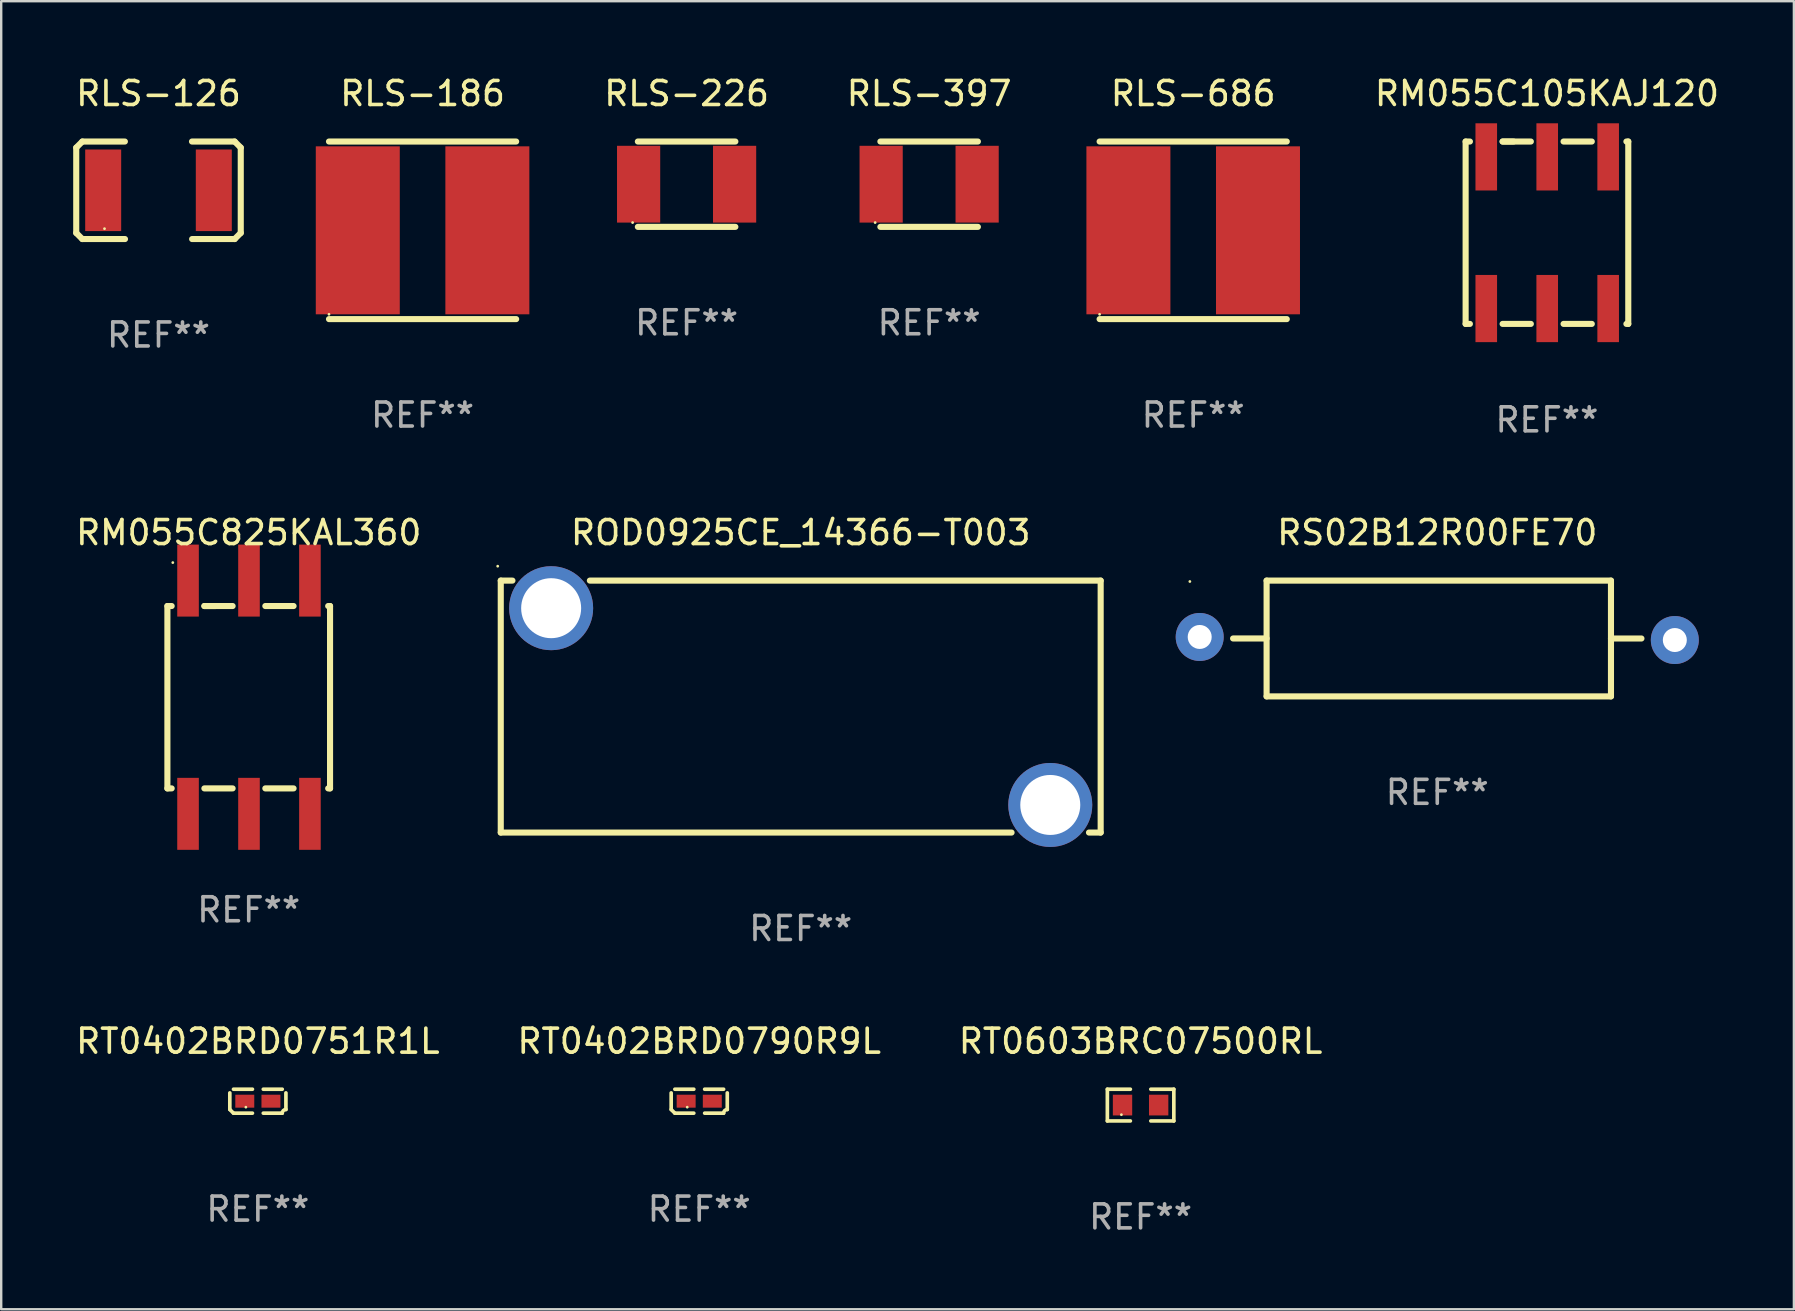
<source format=kicad_pcb>
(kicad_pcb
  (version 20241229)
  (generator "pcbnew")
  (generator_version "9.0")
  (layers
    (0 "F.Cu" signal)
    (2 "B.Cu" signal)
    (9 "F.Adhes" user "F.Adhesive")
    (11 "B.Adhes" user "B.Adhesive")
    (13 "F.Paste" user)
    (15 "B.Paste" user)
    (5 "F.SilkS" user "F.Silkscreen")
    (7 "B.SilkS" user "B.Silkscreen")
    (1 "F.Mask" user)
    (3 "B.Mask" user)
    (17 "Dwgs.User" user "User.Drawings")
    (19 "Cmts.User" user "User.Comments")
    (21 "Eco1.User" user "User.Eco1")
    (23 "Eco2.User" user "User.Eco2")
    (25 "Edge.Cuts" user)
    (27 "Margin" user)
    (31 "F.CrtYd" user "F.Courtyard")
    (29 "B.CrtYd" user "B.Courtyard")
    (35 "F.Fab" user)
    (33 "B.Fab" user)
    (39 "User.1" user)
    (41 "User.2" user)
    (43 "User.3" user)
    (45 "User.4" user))
  (footprint "RLS-686"
    (layer "F.Cu")
    (at 46.674 6.548)
    (property "Reference" "RLS-686" (at 0 -5.7 0) (layer "F.SilkS") (effects (font (size 1 1) (thickness 0.15))))
    (attr through_hole)
    (fp_line (start -3.9 -3.7) (end 3.9 -3.7) (stroke (width 0.254) (type solid)) (layer "F.SilkS"))
    (fp_line (start -3.9 3.7) (end 3.9 3.7) (stroke (width 0.254) (type solid)) (layer "F.SilkS"))
    (fp_circle (center -3.9 3.5) (end -3.87 3.5) (stroke (width 0.06) (type solid)) (fill no) (layer "F.SilkS"))
    (fp_text user "REF**" (at 0 7.7 0) (layer "F.Fab") (effects (font (size 1 1) (thickness 0.15))))
    (pad "1" smd rect (at -2.7 0) (size 3.5 7) (layers "F.Cu" "F.Mask" "F.Paste"))
    (pad "2" smd rect (at 2.7 0) (size 3.5 7) (layers "F.Cu" "F.Mask" "F.Paste")))
  (footprint "RT0402BRD0790R9L"
    (layer "F.Cu")
    (at 26.089 42.84)
    (property "Reference" "RT0402BRD0790R9L" (at 0 -2.499 0) (layer "F.SilkS") (effects (font (size 1 1) (thickness 0.15))))
    (attr through_hole)
    (fp_line (start -1.169 0.346) (end -1.169 -0.346) (stroke (width 0.152) (type solid)) (layer "F.SilkS"))
    (fp_line (start -1.016 -0.499) (end -0.226 -0.499) (stroke (width 0.152) (type solid)) (layer "F.SilkS"))
    (fp_line (start -0.226 0.499) (end -1.016 0.499) (stroke (width 0.152) (type solid)) (layer "F.SilkS"))
    (fp_line (start 0.226 0.499) (end 1.016 0.499) (stroke (width 0.152) (type solid)) (layer "F.SilkS"))
    (fp_line (start 1.016 -0.499) (end 0.226 -0.499) (stroke (width 0.152) (type solid)) (layer "F.SilkS"))
    (fp_line (start 1.169 0.346) (end 1.169 -0.346) (stroke (width 0.152) (type solid)) (layer "F.SilkS"))
    (fp_arc (start -1.016307 0.498603) (mid -1.092512 0.422405) (end -1.16871 0.3462) (stroke (width 0.1524) (type solid)) (layer "F.SilkS"))
    (fp_arc (start 1.016307 0.498603) (mid 1.060899 0.390758) (end 1.168707 0.346076) (stroke (width 0.1524) (type solid)) (layer "F.SilkS"))
    (fp_circle (center -0.5 0.25) (end -0.47 0.25) (stroke (width 0.06) (type solid)) (fill no) (layer "F.SilkS"))
    (fp_text user "REF**" (at 0 4.499 0) (layer "F.Fab") (effects (font (size 1 1) (thickness 0.15))))
    (pad "1" smd rect (at -0.545 0) (size 0.79 0.54) (layers "F.Cu" "F.Mask" "F.Paste"))
    (pad "2" smd rect (at 0.545 0) (size 0.79 0.54) (layers "F.Cu" "F.Mask" "F.Paste")))
  (footprint "RT0603BRC07500RL"
    (layer "F.Cu")
    (at 44.482 43.002)
    (property "Reference" "RT0603BRC07500RL" (at 0 -2.661 0) (layer "F.SilkS") (effects (font (size 1 1) (thickness 0.15))))
    (attr through_hole)
    (fp_line (start -1.385 -0.661) (end -0.426 -0.661) (stroke (width 0.152) (type solid)) (layer "F.SilkS"))
    (fp_line (start -1.385 0.661) (end -1.385 -0.661) (stroke (width 0.152) (type solid)) (layer "F.SilkS"))
    (fp_line (start -0.426 0.661) (end -1.385 0.661) (stroke (width 0.152) (type solid)) (layer "F.SilkS"))
    (fp_line (start 0.426 0.661) (end 1.385 0.661) (stroke (width 0.152) (type solid)) (layer "F.SilkS"))
    (fp_line (start 1.385 -0.661) (end 0.426 -0.661) (stroke (width 0.152) (type solid)) (layer "F.SilkS"))
    (fp_line (start 1.385 0.661) (end 1.385 -0.661) (stroke (width 0.152) (type solid)) (layer "F.SilkS"))
    (fp_circle (center -0.8 0.4) (end -0.77 0.4) (stroke (width 0.06) (type solid)) (fill no) (layer "F.SilkS"))
    (fp_text user "REF**" (at 0 4.661 0) (layer "F.Fab") (effects (font (size 1 1) (thickness 0.15))))
    (pad "1" smd rect (at -0.753 0) (size 0.806 0.864) (layers "F.Cu" "F.Mask" "F.Paste"))
    (pad "2" smd rect (at 0.753 0) (size 0.806 0.864) (layers "F.Cu" "F.Mask" "F.Paste")))
  (footprint "RLS-226"
    (layer "F.Cu")
    (at 25.563 4.626)
    (property "Reference" "RLS-226" (at 0 -3.778 0) (layer "F.SilkS") (effects (font (size 1 1) (thickness 0.15))))
    (attr through_hole)
    (fp_line (start -2.032 -1.778) (end 2.032 -1.778) (stroke (width 0.254) (type solid)) (layer "F.SilkS"))
    (fp_line (start 2.032 1.778) (end -2.032 1.778) (stroke (width 0.254) (type solid)) (layer "F.SilkS"))
    (fp_circle (center -2.25 1.6) (end -2.22 1.6) (stroke (width 0.06) (type solid)) (fill no) (layer "F.SilkS"))
    (fp_text user "REF**" (at 0 5.778 0) (layer "F.Fab") (effects (font (size 1 1) (thickness 0.15))))
    (pad "1" smd rect (at -2 0) (size 1.8 3.2) (layers "F.Cu" "F.Mask" "F.Paste"))
    (pad "2" smd rect (at 2 0) (size 1.8 3.2) (layers "F.Cu" "F.Mask" "F.Paste")))
  (footprint "RLS-126"
    (layer "F.Cu")
    (at 3.555 4.88)
    (property "Reference" "RLS-126" (at 0 -4.032 0) (layer "F.SilkS") (effects (font (size 1 1) (thickness 0.15))))
    (attr through_hole)
    (fp_line (start -3.428 -1.778) (end -3.174 -2.032) (stroke (width 0.254) (type solid)) (layer "F.SilkS"))
    (fp_line (start -3.428 1.778) (end -3.428 -1.778) (stroke (width 0.254) (type solid)) (layer "F.SilkS"))
    (fp_line (start -3.174 -2.032) (end -1.401 -2.032) (stroke (width 0.254) (type solid)) (layer "F.SilkS"))
    (fp_line (start -3.174 2.032) (end -3.428 1.778) (stroke (width 0.254) (type solid)) (layer "F.SilkS"))
    (fp_line (start -1.396 2.032) (end -3.174 2.032) (stroke (width 0.254) (type solid)) (layer "F.SilkS"))
    (fp_line (start 1.396 -2.032) (end 3.174 -2.032) (stroke (width 0.254) (type solid)) (layer "F.SilkS"))
    (fp_line (start 3.174 -2.032) (end 3.428 -1.778) (stroke (width 0.254) (type solid)) (layer "F.SilkS"))
    (fp_line (start 3.174 2.032) (end 1.401 2.032) (stroke (width 0.254) (type solid)) (layer "F.SilkS"))
    (fp_line (start 3.428 -1.778) (end 3.428 1.778) (stroke (width 0.254) (type solid)) (layer "F.SilkS"))
    (fp_line (start 3.428 1.778) (end 3.174 2.032) (stroke (width 0.254) (type solid)) (layer "F.SilkS"))
    (fp_circle (center -2.25 1.6) (end -2.22 1.6) (stroke (width 0.06) (type solid)) (fill no) (layer "F.SilkS"))
    (fp_text user "REF**" (at 0 6.032 0) (layer "F.Fab") (effects (font (size 1 1) (thickness 0.15))))
    (pad "1" smd rect (at -2.305 0) (size 1.5 3.4) (layers "F.Cu" "F.Mask" "F.Paste"))
    (pad "2" smd rect (at 2.305 0) (size 1.5 3.4) (layers "F.Cu" "F.Mask" "F.Paste")))
  (footprint "RT0402BRD0751R1L"
    (layer "F.Cu")
    (at 7.696 42.84)
    (property "Reference" "RT0402BRD0751R1L" (at 0 -2.499 0) (layer "F.SilkS") (effects (font (size 1 1) (thickness 0.15))))
    (attr through_hole)
    (fp_line (start -1.169 0.346) (end -1.169 -0.346) (stroke (width 0.152) (type solid)) (layer "F.SilkS"))
    (fp_line (start -1.016 -0.499) (end -0.226 -0.499) (stroke (width 0.152) (type solid)) (layer "F.SilkS"))
    (fp_line (start -0.226 0.499) (end -1.016 0.499) (stroke (width 0.152) (type solid)) (layer "F.SilkS"))
    (fp_line (start 0.226 0.499) (end 1.016 0.499) (stroke (width 0.152) (type solid)) (layer "F.SilkS"))
    (fp_line (start 1.016 -0.499) (end 0.226 -0.499) (stroke (width 0.152) (type solid)) (layer "F.SilkS"))
    (fp_line (start 1.169 0.346) (end 1.169 -0.346) (stroke (width 0.152) (type solid)) (layer "F.SilkS"))
    (fp_arc (start -1.016307 0.498603) (mid -1.092512 0.422405) (end -1.16871 0.3462) (stroke (width 0.1524) (type solid)) (layer "F.SilkS"))
    (fp_arc (start 1.016307 0.498603) (mid 1.060899 0.390758) (end 1.168707 0.346076) (stroke (width 0.1524) (type solid)) (layer "F.SilkS"))
    (fp_circle (center -0.5 0.25) (end -0.47 0.25) (stroke (width 0.06) (type solid)) (fill no) (layer "F.SilkS"))
    (fp_text user "REF**" (at 0 4.499 0) (layer "F.Fab") (effects (font (size 1 1) (thickness 0.15))))
    (pad "1" smd rect (at -0.545 0) (size 0.79 0.54) (layers "F.Cu" "F.Mask" "F.Paste"))
    (pad "2" smd rect (at 0.545 0) (size 0.79 0.54) (layers "F.Cu" "F.Mask" "F.Paste")))
  (footprint "ROD0925CE_14366-T003"
    (layer "F.Cu")
    (at 30.318 26.395)
    (property "Reference" "ROD0925CE_14366-T003" (at 0 -7.25 0) (layer "F.SilkS") (effects (font (size 1 1) (thickness 0.15))))
    (attr through_hole)
    (fp_line (start -12.5 -5.25) (end -12.013 -5.25) (stroke (width 0.254) (type solid)) (layer "F.SilkS"))
    (fp_line (start -12.5 5.25) (end -12.5 -5.25) (stroke (width 0.254) (type solid)) (layer "F.SilkS"))
    (fp_line (start -8.787 -5.25) (end 12.5 -5.25) (stroke (width 0.254) (type solid)) (layer "F.SilkS"))
    (fp_line (start 8.787 5.25) (end -12.5 5.25) (stroke (width 0.254) (type solid)) (layer "F.SilkS"))
    (fp_line (start 12.5 -5.25) (end 12.5 5.25) (stroke (width 0.254) (type solid)) (layer "F.SilkS"))
    (fp_line (start 12.5 5.25) (end 12.013 5.25) (stroke (width 0.254) (type solid)) (layer "F.SilkS"))
    (fp_circle (center -12.627 -5.85) (end -12.597 -5.85) (stroke (width 0.06) (type solid)) (fill no) (layer "F.SilkS"))
    (fp_text user "REF**" (at 0 9.25 0) (layer "F.Fab") (effects (font (size 1 1) (thickness 0.15))))
    (pad "1" thru_hole circle (at -10.4 -4.1) (size 3.5 3.5) (drill 2.5) (layers "*.Cu" "*.Mask"))
    (pad "2" thru_hole circle (at 10.4 4.1) (size 3.5 3.5) (drill 2.5) (layers "*.Cu" "*.Mask")))
  (footprint "RM055C825KAL360"
    (layer "F.Cu")
    (at 7.315 26.005)
    (property "Reference" "RM055C825KAL360" (at 0 -6.86 0) (layer "F.SilkS") (effects (font (size 1 1) (thickness 0.15))))
    (attr through_hole)
    (fp_line (start -3.389 -3.8) (end -3.211 -3.8) (stroke (width 0.254) (type solid)) (layer "F.SilkS"))
    (fp_line (start -3.389 3.8) (end -3.389 -3.8) (stroke (width 0.254) (type solid)) (layer "F.SilkS"))
    (fp_line (start -3.211 3.8) (end -3.389 3.8) (stroke (width 0.254) (type solid)) (layer "F.SilkS"))
    (fp_line (start -1.848 -3.8) (end -1.389 -3.8) (stroke (width 0.254) (type solid)) (layer "F.SilkS"))
    (fp_line (start -1.848 -3.8) (end -0.671 -3.8) (stroke (width 0.254) (type solid)) (layer "F.SilkS"))
    (fp_line (start -0.671 3.8) (end -1.848 3.8) (stroke (width 0.254) (type solid)) (layer "F.SilkS"))
    (fp_line (start 0.692 -3.8) (end 1.869 -3.8) (stroke (width 0.254) (type solid)) (layer "F.SilkS"))
    (fp_line (start 1.869 3.8) (end 0.692 3.8) (stroke (width 0.254) (type solid)) (layer "F.SilkS"))
    (fp_line (start 3.311 -3.8) (end 3.389 -3.8) (stroke (width 0.254) (type solid)) (layer "F.SilkS"))
    (fp_line (start 3.389 -3.8) (end 3.389 3.8) (stroke (width 0.254) (type solid)) (layer "F.SilkS"))
    (fp_line (start 3.389 3.8) (end 3.311 3.8) (stroke (width 0.254) (type solid)) (layer "F.SilkS"))
    (fp_circle (center -3.164 -5.61) (end -3.134 -5.61) (stroke (width 0.06) (type solid)) (fill no) (layer "F.SilkS"))
    (fp_text user "REF**" (at 0 8.86 0) (layer "F.Fab") (effects (font (size 1 1) (thickness 0.15))))
    (pad "1" smd rect (at -2.529 -4.86) (size 0.9 3) (layers "F.Cu" "F.Mask" "F.Paste"))
    (pad "2" smd rect (at 0.011 -4.86) (size 0.9 3) (layers "F.Cu" "F.Mask" "F.Paste"))
    (pad "3" smd rect (at 2.551 -4.86) (size 0.9 3) (layers "F.Cu" "F.Mask" "F.Paste"))
    (pad "4" smd rect (at 2.551 4.86) (size 0.9 3) (layers "F.Cu" "F.Mask" "F.Paste"))
    (pad "5" smd rect (at 0.011 4.86) (size 0.9 3) (layers "F.Cu" "F.Mask" "F.Paste"))
    (pad "6" smd rect (at -2.529 4.86) (size 0.9 3) (layers "F.Cu" "F.Mask" "F.Paste")))
  (footprint "RLS-186"
    (layer "F.Cu")
    (at 14.56 6.548)
    (property "Reference" "RLS-186" (at 0 -5.7 0) (layer "F.SilkS") (effects (font (size 1 1) (thickness 0.15))))
    (attr through_hole)
    (fp_line (start -3.9 -3.7) (end 3.9 -3.7) (stroke (width 0.254) (type solid)) (layer "F.SilkS"))
    (fp_line (start -3.9 3.7) (end 3.9 3.7) (stroke (width 0.254) (type solid)) (layer "F.SilkS"))
    (fp_circle (center -3.9 3.5) (end -3.87 3.5) (stroke (width 0.06) (type solid)) (fill no) (layer "F.SilkS"))
    (fp_text user "REF**" (at 0 7.7 0) (layer "F.Fab") (effects (font (size 1 1) (thickness 0.15))))
    (pad "1" smd rect (at -2.7 0) (size 3.5 7) (layers "F.Cu" "F.Mask" "F.Paste"))
    (pad "2" smd rect (at 2.7 0) (size 3.5 7) (layers "F.Cu" "F.Mask" "F.Paste")))
  (footprint "RM055C105KAJ120"
    (layer "F.Cu")
    (at 61.416 6.648)
    (property "Reference" "RM055C105KAJ120" (at 0 -5.8 0) (layer "F.SilkS") (effects (font (size 1 1) (thickness 0.15))))
    (attr through_hole)
    (fp_line (start -3.389 -3.8) (end -3.211 -3.8) (stroke (width 0.254) (type solid)) (layer "F.SilkS"))
    (fp_line (start -3.389 3.8) (end -3.389 -3.8) (stroke (width 0.254) (type solid)) (layer "F.SilkS"))
    (fp_line (start -3.211 3.8) (end -3.389 3.8) (stroke (width 0.254) (type solid)) (layer "F.SilkS"))
    (fp_line (start -1.848 -3.8) (end -1.389 -3.8) (stroke (width 0.254) (type solid)) (layer "F.SilkS"))
    (fp_line (start -1.848 -3.8) (end -0.671 -3.8) (stroke (width 0.254) (type solid)) (layer "F.SilkS"))
    (fp_line (start -0.671 3.8) (end -1.848 3.8) (stroke (width 0.254) (type solid)) (layer "F.SilkS"))
    (fp_line (start 0.692 -3.8) (end 1.869 -3.8) (stroke (width 0.254) (type solid)) (layer "F.SilkS"))
    (fp_line (start 1.869 3.8) (end 0.692 3.8) (stroke (width 0.254) (type solid)) (layer "F.SilkS"))
    (fp_line (start 3.311 -3.8) (end 3.389 -3.8) (stroke (width 0.254) (type solid)) (layer "F.SilkS"))
    (fp_line (start 3.389 -3.8) (end 3.389 3.8) (stroke (width 0.254) (type solid)) (layer "F.SilkS"))
    (fp_line (start 3.389 3.8) (end 3.311 3.8) (stroke (width 0.254) (type solid)) (layer "F.SilkS"))
    (fp_circle (center -3.164 -3.81) (end -3.134 -3.81) (stroke (width 0.06) (type solid)) (fill no) (layer "F.SilkS"))
    (fp_text user "REF**" (at 0 7.8 0) (layer "F.Fab") (effects (font (size 1 1) (thickness 0.15))))
    (pad "1" smd rect (at -2.529 -3.16) (size 0.9 2.8) (layers "F.Cu" "F.Mask" "F.Paste"))
    (pad "2" smd rect (at 0.011 -3.16) (size 0.9 2.8) (layers "F.Cu" "F.Mask" "F.Paste"))
    (pad "3" smd rect (at 2.551 -3.16) (size 0.9 2.8) (layers "F.Cu" "F.Mask" "F.Paste"))
    (pad "4" smd rect (at 2.551 3.16) (size 0.9 2.8) (layers "F.Cu" "F.Mask" "F.Paste"))
    (pad "5" smd rect (at 0.011 3.16) (size 0.9 2.8) (layers "F.Cu" "F.Mask" "F.Paste"))
    (pad "6" smd rect (at -2.529 3.16) (size 0.9 2.8) (layers "F.Cu" "F.Mask" "F.Paste")))
  (footprint "RLS-397"
    (layer "F.Cu")
    (at 35.67 4.626)
    (property "Reference" "RLS-397" (at 0 -3.778 0) (layer "F.SilkS") (effects (font (size 1 1) (thickness 0.15))))
    (attr through_hole)
    (fp_line (start -2.032 -1.778) (end 2.032 -1.778) (stroke (width 0.254) (type solid)) (layer "F.SilkS"))
    (fp_line (start 2.032 1.778) (end -2.032 1.778) (stroke (width 0.254) (type solid)) (layer "F.SilkS"))
    (fp_circle (center -2.25 1.6) (end -2.22 1.6) (stroke (width 0.06) (type solid)) (fill no) (layer "F.SilkS"))
    (fp_text user "REF**" (at 0 5.778 0) (layer "F.Fab") (effects (font (size 1 1) (thickness 0.15))))
    (pad "1" smd rect (at -2 0) (size 1.8 3.2) (layers "F.Cu" "F.Mask" "F.Paste"))
    (pad "2" smd rect (at 2 0) (size 1.8 3.2) (layers "F.Cu" "F.Mask" "F.Paste")))
  (footprint "RS02B12R00FE70"
    (layer "F.Cu")
    (at 56.845 23.558)
    (property "Reference" "RS02B12R00FE70" (at 0 -4.413 0) (layer "F.SilkS") (effects (font (size 1 1) (thickness 0.15))))
    (attr through_hole)
    (fp_line (start -7.112 -2.413) (end -7.112 2.413) (stroke (width 0.254) (type solid)) (layer "F.SilkS"))
    (fp_line (start -7.112 -0.001) (end -8.509 -0.001) (stroke (width 0.254) (type solid)) (layer "F.SilkS"))
    (fp_line (start -7.112 2.413) (end 7.239 2.413) (stroke (width 0.254) (type solid)) (layer "F.SilkS"))
    (fp_line (start 7.239 -2.413) (end -7.112 -2.413) (stroke (width 0.254) (type solid)) (layer "F.SilkS"))
    (fp_line (start 7.239 0) (end 8.509 0) (stroke (width 0.254) (type solid)) (layer "F.SilkS"))
    (fp_line (start 7.239 2.413) (end 7.239 -2.413) (stroke (width 0.254) (type solid)) (layer "F.SilkS"))
    (fp_circle (center -10.31 -2.375) (end -10.28 -2.375) (stroke (width 0.06) (type solid)) (fill no) (layer "F.SilkS"))
    (fp_text user "REF**" (at 0 6.413 0) (layer "F.Fab") (effects (font (size 1 1) (thickness 0.15))))
    (pad "1" thru_hole circle (at -9.9 -0.064) (size 2 2) (drill 1) (layers "*.Cu" "*.Mask"))
    (pad "2" thru_hole circle (at 9.9 0.064) (size 2 2) (drill 1) (layers "*.Cu" "*.Mask")))
  (gr_rect
    (start -3 -3)
    (end 71.707 51.511)
    (stroke (width 0.1) (type default))
    (fill no)
    (layer "Edge.Cuts")))
</source>
